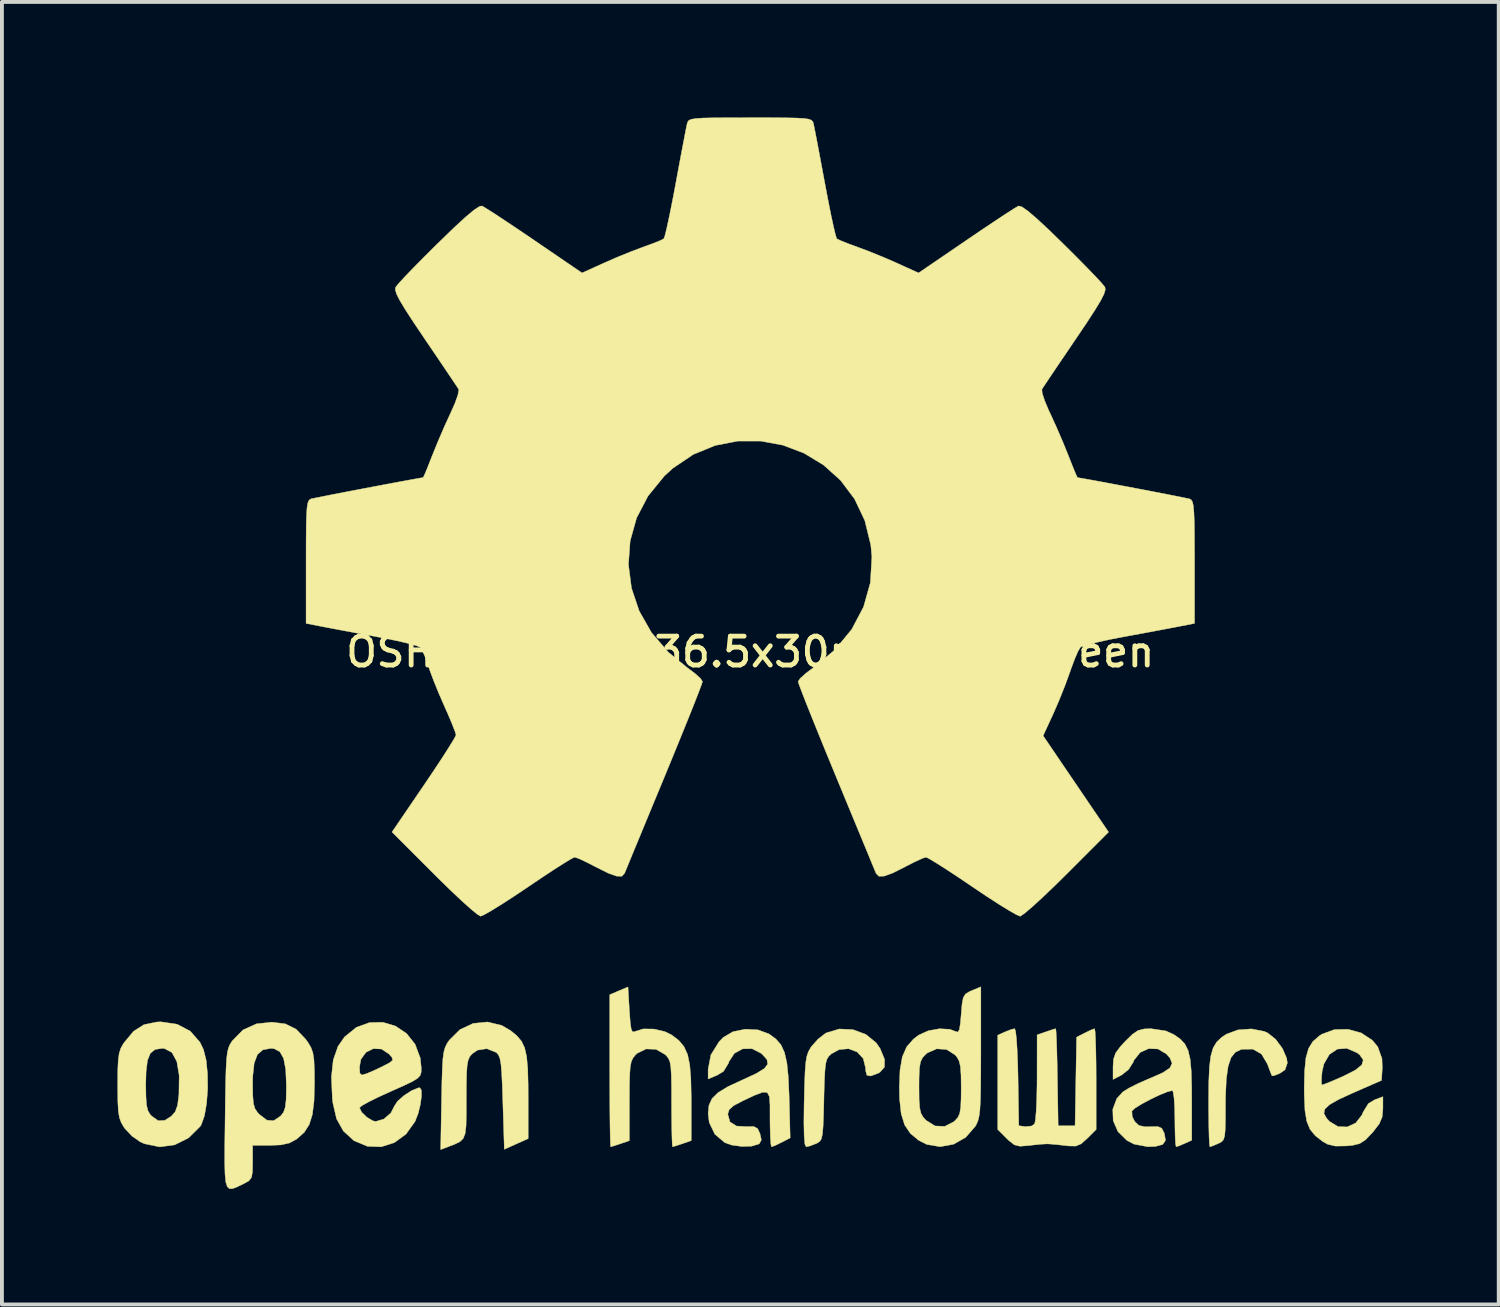
<source format=kicad_pcb>
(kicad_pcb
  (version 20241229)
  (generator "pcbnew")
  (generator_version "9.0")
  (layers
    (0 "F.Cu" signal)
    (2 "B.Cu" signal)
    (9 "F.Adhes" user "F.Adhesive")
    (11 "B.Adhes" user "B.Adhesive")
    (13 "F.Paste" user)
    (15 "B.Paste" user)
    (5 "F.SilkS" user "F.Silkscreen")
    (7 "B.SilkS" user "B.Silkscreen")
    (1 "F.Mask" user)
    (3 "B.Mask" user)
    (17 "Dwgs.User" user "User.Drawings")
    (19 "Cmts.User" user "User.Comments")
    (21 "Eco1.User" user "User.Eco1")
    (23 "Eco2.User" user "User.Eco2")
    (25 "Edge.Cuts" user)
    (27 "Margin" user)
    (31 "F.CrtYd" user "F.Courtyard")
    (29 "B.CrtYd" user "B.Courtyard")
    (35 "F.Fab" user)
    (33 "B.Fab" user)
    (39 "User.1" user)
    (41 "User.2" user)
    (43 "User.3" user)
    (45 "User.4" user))
  (footprint "OSHW-Logo2_36.5x30mm_SilkScreen"
    (layer "F.Cu")
    (at 16.427 13.873)
    (property "Reference" "OSHW-Logo2_36.5x30mm_SilkScreen" (at 0 0 0) (layer "F.SilkS") (effects (font (size 0.75 0.75) (thickness 0.125))))
    (attr exclude_from_pos_files exclude_from_bom allow_missing_courtyard)
    (fp_poly (pts (xy 13.339 9.85) (xy 13.426 9.888) (xy 13.635 10.053) (xy 13.813 10.292) (xy 13.923 10.546) (xy 13.941 10.671) (xy 13.881 10.847) (xy 13.749 10.939) (xy 13.608 10.995) (xy 13.543 11.006) (xy 13.511 10.931) (xy 13.449 10.767) (xy 13.422 10.694) (xy 13.269 10.438) (xy 13.047 10.311) (xy 12.763 10.315) (xy 12.742 10.32) (xy 12.59 10.392) (xy 12.479 10.532) (xy 12.403 10.758) (xy 12.357 11.086) (xy 12.337 11.535) (xy 12.335 11.774) (xy 12.334 12.15) (xy 12.328 12.406) (xy 12.312 12.569) (xy 12.281 12.665) (xy 12.23 12.719) (xy 12.154 12.759) (xy 12.149 12.761) (xy 12.003 12.823) (xy 11.93 12.846) (xy 11.919 12.777) (xy 11.909 12.587) (xy 11.902 12.299) (xy 11.898 11.938) (xy 11.897 11.675) (xy 11.901 11.164) (xy 11.918 10.777) (xy 11.954 10.49) (xy 12.014 10.281) (xy 12.105 10.128) (xy 12.232 10.008) (xy 12.357 9.923) (xy 12.658 9.812) (xy 13.009 9.786) (xy 13.339 9.85)) (stroke (width 0.01) (type solid)) (fill yes) (layer "F.SilkS"))
    (fp_poly (pts (xy -6.456 9.694) (xy -6.222 9.83) (xy -6.059 9.964) (xy -5.94 10.105) (xy -5.858 10.277) (xy -5.806 10.506) (xy -5.778 10.816) (xy -5.767 11.233) (xy -5.766 11.532) (xy -5.766 12.634) (xy -6.076 12.773) (xy -6.386 12.912) (xy -6.423 11.705) (xy -6.438 11.254) (xy -6.454 10.927) (xy -6.473 10.701) (xy -6.5 10.554) (xy -6.536 10.464) (xy -6.585 10.407) (xy -6.601 10.395) (xy -6.84 10.299) (xy -7.082 10.337) (xy -7.226 10.437) (xy -7.284 10.508) (xy -7.325 10.602) (xy -7.351 10.743) (xy -7.365 10.958) (xy -7.371 11.274) (xy -7.372 11.603) (xy -7.372 12.015) (xy -7.379 12.307) (xy -7.403 12.504) (xy -7.453 12.631) (xy -7.539 12.714) (xy -7.67 12.779) (xy -7.846 12.846) (xy -8.038 12.919) (xy -8.015 11.623) (xy -8.006 11.156) (xy -7.995 10.811) (xy -7.98 10.564) (xy -7.956 10.39) (xy -7.922 10.266) (xy -7.874 10.168) (xy -7.816 10.081) (xy -7.537 9.804) (xy -7.196 9.644) (xy -6.825 9.606) (xy -6.456 9.694)) (stroke (width 0.01) (type solid)) (fill yes) (layer "F.SilkS"))
    (fp_poly (pts (xy 2.665 9.805) (xy 2.996 9.927) (xy 3.265 10.144) (xy 3.37 10.296) (xy 3.485 10.575) (xy 3.482 10.778) (xy 3.362 10.913) (xy 3.318 10.937) (xy 3.126 11.009) (xy 3.027 10.99) (xy 2.994 10.869) (xy 2.993 10.802) (xy 2.932 10.556) (xy 2.773 10.384) (xy 2.553 10.301) (xy 2.307 10.322) (xy 2.107 10.431) (xy 2.039 10.493) (xy 1.991 10.568) (xy 1.959 10.681) (xy 1.938 10.859) (xy 1.924 11.125) (xy 1.913 11.505) (xy 1.911 11.626) (xy 1.901 12.038) (xy 1.889 12.328) (xy 1.872 12.52) (xy 1.846 12.637) (xy 1.804 12.705) (xy 1.745 12.746) (xy 1.707 12.764) (xy 1.544 12.826) (xy 1.449 12.846) (xy 1.417 12.778) (xy 1.398 12.572) (xy 1.391 12.225) (xy 1.396 11.735) (xy 1.398 11.66) (xy 1.409 11.213) (xy 1.422 10.887) (xy 1.44 10.656) (xy 1.468 10.495) (xy 1.508 10.377) (xy 1.564 10.278) (xy 1.593 10.236) (xy 1.762 10.048) (xy 1.95 9.902) (xy 1.973 9.889) (xy 2.31 9.788) (xy 2.665 9.805)) (stroke (width 0.01) (type solid)) (fill yes) (layer "F.SilkS"))
    (fp_poly (pts (xy 8.95 9.85) (xy 8.961 10.042) (xy 8.97 10.333) (xy 8.976 10.702) (xy 8.978 11.089) (xy 8.978 12.397) (xy 8.747 12.628) (xy 8.587 12.77) (xy 8.448 12.828) (xy 8.257 12.824) (xy 8.181 12.815) (xy 7.944 12.788) (xy 7.748 12.772) (xy 7.7 12.771) (xy 7.539 12.78) (xy 7.309 12.804) (xy 7.22 12.815) (xy 7 12.832) (xy 6.853 12.795) (xy 6.707 12.68) (xy 6.654 12.628) (xy 6.423 12.397) (xy 6.423 9.95) (xy 6.609 9.865) (xy 6.769 9.802) (xy 6.863 9.78) (xy 6.887 9.85) (xy 6.909 10.044) (xy 6.928 10.341) (xy 6.943 10.72) (xy 6.95 11.04) (xy 6.97 12.299) (xy 7.145 12.323) (xy 7.303 12.306) (xy 7.381 12.25) (xy 7.402 12.146) (xy 7.421 11.924) (xy 7.435 11.612) (xy 7.443 11.239) (xy 7.444 11.047) (xy 7.445 9.941) (xy 7.675 9.861) (xy 7.837 9.806) (xy 7.926 9.781) (xy 7.928 9.78) (xy 7.937 9.85) (xy 7.947 10.041) (xy 7.957 10.331) (xy 7.966 10.697) (xy 7.972 11.04) (xy 7.992 12.299) (xy 8.43 12.299) (xy 8.45 11.15) (xy 8.47 10.001) (xy 8.684 9.891) (xy 8.841 9.815) (xy 8.935 9.781) (xy 8.937 9.78) (xy 8.95 9.85)) (stroke (width 0.01) (type solid)) (fill yes) (layer "F.SilkS"))
    (fp_poly (pts (xy -3.139 9.31) (xy -3.117 9.608) (xy -3.093 9.784) (xy -3.059 9.86) (xy -3.009 9.861) (xy -2.993 9.852) (xy -2.778 9.786) (xy -2.498 9.79) (xy -2.214 9.858) (xy -2.036 9.946) (xy -1.854 10.087) (xy -1.721 10.246) (xy -1.629 10.449) (xy -1.572 10.719) (xy -1.543 11.081) (xy -1.533 11.561) (xy -1.533 11.653) (xy -1.533 12.686) (xy -1.763 12.766) (xy -1.926 12.82) (xy -2.015 12.846) (xy -2.018 12.846) (xy -2.027 12.777) (xy -2.034 12.587) (xy -2.04 12.301) (xy -2.043 11.944) (xy -2.044 11.727) (xy -2.045 11.299) (xy -2.05 10.993) (xy -2.063 10.783) (xy -2.086 10.644) (xy -2.124 10.553) (xy -2.178 10.483) (xy -2.213 10.45) (xy -2.448 10.316) (xy -2.704 10.306) (xy -2.937 10.419) (xy -2.98 10.46) (xy -3.043 10.537) (xy -3.087 10.629) (xy -3.115 10.761) (xy -3.13 10.96) (xy -3.137 11.253) (xy -3.139 11.657) (xy -3.139 12.686) (xy -3.368 12.766) (xy -3.532 12.82) (xy -3.621 12.846) (xy -3.624 12.846) (xy -3.631 12.776) (xy -3.637 12.579) (xy -3.642 12.274) (xy -3.646 11.879) (xy -3.648 11.413) (xy -3.649 10.895) (xy -3.649 10.872) (xy -3.649 8.898) (xy -3.412 8.797) (xy -3.175 8.697) (xy -3.139 9.31)) (stroke (width 0.01) (type solid)) (fill yes) (layer "F.SilkS"))
    (fp_poly (pts (xy -14.879 9.665) (xy -14.537 9.845) (xy -14.285 10.134) (xy -14.195 10.321) (xy -14.125 10.6) (xy -14.09 10.953) (xy -14.086 11.338) (xy -14.114 11.715) (xy -14.17 12.041) (xy -14.253 12.275) (xy -14.278 12.315) (xy -14.582 12.616) (xy -14.942 12.796) (xy -15.332 12.849) (xy -15.727 12.767) (xy -15.837 12.718) (xy -16.051 12.568) (xy -16.239 12.368) (xy -16.257 12.343) (xy -16.329 12.22) (xy -16.377 12.09) (xy -16.405 11.918) (xy -16.418 11.672) (xy -16.422 11.319) (xy -16.422 11.24) (xy -16.422 11.215) (xy -15.693 11.215) (xy -15.688 11.548) (xy -15.672 11.769) (xy -15.636 11.912) (xy -15.577 12.01) (xy -15.547 12.043) (xy -15.372 12.168) (xy -15.202 12.162) (xy -15.031 12.054) (xy -14.929 11.938) (xy -14.868 11.77) (xy -14.834 11.504) (xy -14.832 11.473) (xy -14.826 10.99) (xy -14.887 10.632) (xy -15.013 10.4) (xy -15.204 10.297) (xy -15.272 10.291) (xy -15.451 10.32) (xy -15.574 10.418) (xy -15.649 10.606) (xy -15.685 10.903) (xy -15.693 11.215) (xy -16.422 11.215) (xy -16.42 10.864) (xy -16.408 10.601) (xy -16.383 10.419) (xy -16.34 10.285) (xy -16.273 10.167) (xy -16.258 10.145) (xy -16.01 9.848) (xy -15.739 9.675) (xy -15.41 9.607) (xy -15.298 9.603) (xy -14.879 9.665)) (stroke (width 0.01) (type solid)) (fill yes) (layer "F.SilkS"))
    (fp_poly (pts (xy 15.859 9.891) (xy 16.147 10.08) (xy 16.287 10.249) (xy 16.397 10.556) (xy 16.406 10.798) (xy 16.386 11.123) (xy 15.638 11.45) (xy 15.274 11.617) (xy 15.036 11.752) (xy 14.913 11.869) (xy 14.891 11.982) (xy 14.96 12.106) (xy 15.036 12.189) (xy 15.256 12.322) (xy 15.495 12.331) (xy 15.716 12.228) (xy 15.877 12.022) (xy 15.906 11.95) (xy 16.045 11.724) (xy 16.204 11.627) (xy 16.422 11.545) (xy 16.422 11.858) (xy 16.403 12.07) (xy 16.327 12.25) (xy 16.169 12.456) (xy 16.145 12.483) (xy 15.969 12.666) (xy 15.817 12.764) (xy 15.627 12.81) (xy 15.47 12.824) (xy 15.189 12.828) (xy 14.988 12.781) (xy 14.863 12.712) (xy 14.667 12.559) (xy 14.531 12.394) (xy 14.445 12.186) (xy 14.398 11.906) (xy 14.381 11.522) (xy 14.379 11.328) (xy 14.384 11.095) (xy 14.825 11.095) (xy 14.83 11.22) (xy 14.843 11.24) (xy 14.927 11.212) (xy 15.108 11.139) (xy 15.349 11.034) (xy 15.4 11.011) (xy 15.706 10.856) (xy 15.874 10.72) (xy 15.911 10.592) (xy 15.822 10.462) (xy 15.749 10.405) (xy 15.486 10.291) (xy 15.239 10.31) (xy 15.032 10.449) (xy 14.889 10.697) (xy 14.843 10.894) (xy 14.825 11.095) (xy 14.384 11.095) (xy 14.389 10.873) (xy 14.423 10.537) (xy 14.492 10.292) (xy 14.604 10.112) (xy 14.767 9.97) (xy 14.838 9.923) (xy 15.162 9.804) (xy 15.516 9.796) (xy 15.859 9.891)) (stroke (width 0.01) (type solid)) (fill yes) (layer "F.SilkS"))
    (fp_poly (pts (xy 5.985 10.386) (xy 5.984 10.932) (xy 5.98 11.351) (xy 5.973 11.665) (xy 5.959 11.893) (xy 5.938 12.056) (xy 5.909 12.173) (xy 5.869 12.265) (xy 5.839 12.317) (xy 5.591 12.602) (xy 5.276 12.78) (xy 4.928 12.844) (xy 4.58 12.785) (xy 4.372 12.68) (xy 4.154 12.499) (xy 4.005 12.277) (xy 3.916 11.986) (xy 3.874 11.598) (xy 3.869 11.313) (xy 3.869 11.293) (xy 4.379 11.293) (xy 4.382 11.619) (xy 4.397 11.835) (xy 4.43 11.977) (xy 4.488 12.079) (xy 4.558 12.156) (xy 4.794 12.305) (xy 5.047 12.317) (xy 5.287 12.193) (xy 5.305 12.176) (xy 5.385 12.089) (xy 5.435 11.985) (xy 5.461 11.829) (xy 5.472 11.589) (xy 5.474 11.323) (xy 5.47 10.99) (xy 5.455 10.767) (xy 5.421 10.621) (xy 5.363 10.516) (xy 5.315 10.46) (xy 5.094 10.32) (xy 4.839 10.303) (xy 4.595 10.41) (xy 4.548 10.45) (xy 4.468 10.538) (xy 4.418 10.644) (xy 4.391 10.801) (xy 4.381 11.044) (xy 4.379 11.293) (xy 3.869 11.293) (xy 3.886 10.855) (xy 3.946 10.51) (xy 4.059 10.252) (xy 4.235 10.05) (xy 4.372 9.946) (xy 4.621 9.834) (xy 4.91 9.782) (xy 5.178 9.796) (xy 5.328 9.852) (xy 5.387 9.868) (xy 5.426 9.809) (xy 5.453 9.649) (xy 5.474 9.407) (xy 5.497 9.136) (xy 5.528 8.974) (xy 5.585 8.881) (xy 5.685 8.819) (xy 5.748 8.792) (xy 5.985 8.693) (xy 5.985 10.386)) (stroke (width 0.01) (type solid)) (fill yes) (layer "F.SilkS"))
    (fp_poly (pts (xy -9.211 9.712) (xy -8.923 9.905) (xy -8.701 10.185) (xy -8.568 10.541) (xy -8.541 10.803) (xy -8.544 10.912) (xy -8.57 10.995) (xy -8.64 11.07) (xy -8.777 11.154) (xy -9.003 11.262) (xy -9.341 11.412) (xy -9.343 11.413) (xy -9.653 11.555) (xy -9.908 11.681) (xy -10.081 11.778) (xy -10.145 11.832) (xy -10.145 11.832) (xy -10.088 11.949) (xy -9.955 12.078) (xy -9.801 12.171) (xy -9.724 12.189) (xy -9.512 12.125) (xy -9.329 11.966) (xy -9.24 11.79) (xy -9.155 11.661) (xy -8.987 11.514) (xy -8.789 11.386) (xy -8.615 11.317) (xy -8.579 11.313) (xy -8.538 11.376) (xy -8.536 11.536) (xy -8.566 11.751) (xy -8.622 11.981) (xy -8.7 12.183) (xy -8.704 12.191) (xy -8.937 12.517) (xy -9.239 12.738) (xy -9.582 12.847) (xy -9.939 12.834) (xy -10.28 12.692) (xy -10.295 12.682) (xy -10.563 12.438) (xy -10.74 12.121) (xy -10.837 11.704) (xy -10.85 11.587) (xy -10.874 11.033) (xy -10.846 10.775) (xy -10.145 10.775) (xy -10.136 10.936) (xy -10.087 10.983) (xy -9.962 10.948) (xy -9.767 10.865) (xy -9.548 10.761) (xy -9.543 10.758) (xy -9.357 10.661) (xy -9.283 10.596) (xy -9.301 10.527) (xy -9.379 10.438) (xy -9.575 10.308) (xy -9.787 10.299) (xy -9.976 10.393) (xy -10.108 10.575) (xy -10.145 10.775) (xy -10.846 10.775) (xy -10.826 10.591) (xy -10.703 10.24) (xy -10.533 9.994) (xy -10.225 9.745) (xy -9.886 9.622) (xy -9.54 9.614) (xy -9.211 9.712)) (stroke (width 0.01) (type solid)) (fill yes) (layer "F.SilkS"))
    (fp_poly (pts (xy 0.2 9.811) (xy 0.486 9.917) (xy 0.489 9.919) (xy 0.666 10.049) (xy 0.797 10.201) (xy 0.888 10.4) (xy 0.949 10.668) (xy 0.986 11.031) (xy 1.007 11.513) (xy 1.009 11.582) (xy 1.035 12.616) (xy 0.813 12.731) (xy 0.653 12.809) (xy 0.556 12.846) (xy 0.551 12.846) (xy 0.534 12.778) (xy 0.521 12.595) (xy 0.513 12.328) (xy 0.511 12.111) (xy 0.511 11.76) (xy 0.495 11.54) (xy 0.439 11.435) (xy 0.319 11.43) (xy 0.112 11.509) (xy -0.201 11.656) (xy -0.431 11.777) (xy -0.549 11.882) (xy -0.584 11.997) (xy -0.584 12.003) (xy -0.527 12.201) (xy -0.357 12.308) (xy -0.097 12.323) (xy 0.091 12.32) (xy 0.19 12.374) (xy 0.251 12.504) (xy 0.287 12.669) (xy 0.236 12.763) (xy 0.216 12.776) (xy 0.035 12.83) (xy -0.218 12.838) (xy -0.48 12.802) (xy -0.665 12.737) (xy -0.921 12.519) (xy -1.066 12.217) (xy -1.095 11.981) (xy -1.073 11.768) (xy -0.993 11.594) (xy -0.836 11.439) (xy -0.58 11.284) (xy -0.205 11.11) (xy -0.182 11.1) (xy 0.155 10.944) (xy 0.363 10.816) (xy 0.452 10.701) (xy 0.433 10.584) (xy 0.315 10.45) (xy 0.28 10.419) (xy 0.043 10.299) (xy -0.201 10.304) (xy -0.415 10.422) (xy -0.556 10.639) (xy -0.569 10.682) (xy -0.697 10.889) (xy -0.86 10.988) (xy -1.095 11.087) (xy -1.095 10.832) (xy -1.023 10.46) (xy -0.811 10.119) (xy -0.701 10.005) (xy -0.45 9.859) (xy -0.131 9.793) (xy 0.2 9.811)) (stroke (width 0.01) (type solid)) (fill yes) (layer "F.SilkS"))
    (fp_poly (pts (xy -12.07 9.655) (xy -11.791 9.794) (xy -11.545 10.05) (xy -11.477 10.145) (xy -11.404 10.269) (xy -11.356 10.404) (xy -11.328 10.583) (xy -11.316 10.843) (xy -11.313 11.185) (xy -11.325 11.655) (xy -11.368 12.007) (xy -11.45 12.27) (xy -11.579 12.471) (xy -11.765 12.637) (xy -11.778 12.647) (xy -11.962 12.747) (xy -12.182 12.797) (xy -12.463 12.809) (xy -12.919 12.809) (xy -12.919 13.252) (xy -12.923 13.499) (xy -12.949 13.643) (xy -13.016 13.73) (xy -13.146 13.803) (xy -13.177 13.818) (xy -13.322 13.888) (xy -13.435 13.932) (xy -13.519 13.935) (xy -13.577 13.884) (xy -13.615 13.764) (xy -13.636 13.56) (xy -13.644 13.257) (xy -13.643 12.841) (xy -13.636 12.297) (xy -13.634 12.134) (xy -13.627 11.574) (xy -13.62 11.207) (xy -12.919 11.207) (xy -12.915 11.518) (xy -12.898 11.722) (xy -12.858 11.856) (xy -12.788 11.96) (xy -12.74 12.01) (xy -12.545 12.157) (xy -12.372 12.169) (xy -12.194 12.048) (xy -12.189 12.043) (xy -12.117 11.949) (xy -12.072 11.821) (xy -12.05 11.624) (xy -12.043 11.323) (xy -12.043 11.256) (xy -12.06 10.841) (xy -12.114 10.554) (xy -12.213 10.378) (xy -12.362 10.299) (xy -12.449 10.291) (xy -12.653 10.329) (xy -12.794 10.451) (xy -12.879 10.676) (xy -12.916 11.019) (xy -12.919 11.207) (xy -13.62 11.207) (xy -13.619 11.14) (xy -13.609 10.813) (xy -13.595 10.575) (xy -13.576 10.406) (xy -13.548 10.286) (xy -13.511 10.197) (xy -13.463 10.119) (xy -13.442 10.09) (xy -13.168 9.812) (xy -12.822 9.655) (xy -12.421 9.611) (xy -12.07 9.655)) (stroke (width 0.01) (type solid)) (fill yes) (layer "F.SilkS"))
    (fp_poly (pts (xy 10.786 9.838) (xy 10.996 9.933) (xy 11.161 10.049) (xy 11.282 10.179) (xy 11.365 10.346) (xy 11.418 10.574) (xy 11.447 10.888) (xy 11.458 11.311) (xy 11.459 11.59) (xy 11.459 12.677) (xy 11.273 12.761) (xy 11.127 12.823) (xy 11.054 12.846) (xy 11.04 12.778) (xy 11.029 12.595) (xy 11.023 12.328) (xy 11.021 12.116) (xy 11.015 11.81) (xy 10.999 11.567) (xy 10.974 11.418) (xy 10.955 11.386) (xy 10.826 11.419) (xy 10.623 11.501) (xy 10.388 11.614) (xy 10.162 11.734) (xy 9.988 11.842) (xy 9.907 11.917) (xy 9.906 11.917) (xy 9.913 12.055) (xy 9.976 12.186) (xy 10.086 12.292) (xy 10.247 12.328) (xy 10.385 12.324) (xy 10.58 12.321) (xy 10.682 12.366) (xy 10.743 12.487) (xy 10.751 12.51) (xy 10.778 12.681) (xy 10.706 12.786) (xy 10.521 12.836) (xy 10.32 12.845) (xy 9.96 12.777) (xy 9.773 12.679) (xy 9.542 12.45) (xy 9.42 12.169) (xy 9.409 11.873) (xy 9.513 11.596) (xy 9.668 11.423) (xy 9.823 11.326) (xy 10.067 11.203) (xy 10.352 11.078) (xy 10.399 11.059) (xy 10.711 10.921) (xy 10.891 10.8) (xy 10.949 10.679) (xy 10.895 10.543) (xy 10.802 10.437) (xy 10.583 10.307) (xy 10.341 10.297) (xy 10.12 10.398) (xy 9.96 10.598) (xy 9.94 10.65) (xy 9.818 10.841) (xy 9.64 10.982) (xy 9.416 11.098) (xy 9.416 10.769) (xy 9.429 10.568) (xy 9.485 10.409) (xy 9.611 10.24) (xy 9.731 10.11) (xy 9.919 9.926) (xy 10.065 9.827) (xy 10.221 9.787) (xy 10.398 9.78) (xy 10.786 9.838)) (stroke (width 0.01) (type solid)) (fill yes) (layer "F.SilkS"))
    (fp_poly (pts (xy 0.523 -13.868) (xy 0.918 -13.865) (xy 1.203 -13.859) (xy 1.399 -13.848) (xy 1.521 -13.829) (xy 1.59 -13.801) (xy 1.624 -13.762) (xy 1.641 -13.71) (xy 1.642 -13.704) (xy 1.667 -13.582) (xy 1.714 -13.343) (xy 1.777 -13.011) (xy 1.852 -12.611) (xy 1.934 -12.171) (xy 1.937 -12.155) (xy 2.019 -11.723) (xy 2.095 -11.341) (xy 2.162 -11.033) (xy 2.213 -10.82) (xy 2.244 -10.727) (xy 2.246 -10.725) (xy 2.337 -10.68) (xy 2.526 -10.604) (xy 2.772 -10.514) (xy 2.774 -10.513) (xy 3.083 -10.397) (xy 3.448 -10.249) (xy 3.792 -10.1) (xy 3.808 -10.092) (xy 4.368 -9.838) (xy 5.609 -10.685) (xy 5.99 -10.944) (xy 6.334 -11.174) (xy 6.623 -11.365) (xy 6.836 -11.502) (xy 6.954 -11.572) (xy 6.965 -11.577) (xy 7.05 -11.554) (xy 7.21 -11.442) (xy 7.449 -11.237) (xy 7.775 -10.933) (xy 8.108 -10.609) (xy 8.429 -10.291) (xy 8.716 -10) (xy 8.953 -9.755) (xy 9.121 -9.574) (xy 9.203 -9.474) (xy 9.206 -9.469) (xy 9.215 -9.401) (xy 9.181 -9.289) (xy 9.095 -9.12) (xy 8.948 -8.877) (xy 8.733 -8.545) (xy 8.445 -8.119) (xy 8.191 -7.743) (xy 7.963 -7.407) (xy 7.775 -7.128) (xy 7.641 -6.927) (xy 7.573 -6.824) (xy 7.569 -6.817) (xy 7.577 -6.718) (xy 7.64 -6.526) (xy 7.744 -6.276) (xy 7.782 -6.197) (xy 7.944 -5.842) (xy 8.118 -5.439) (xy 8.259 -5.091) (xy 8.361 -4.832) (xy 8.441 -4.636) (xy 8.488 -4.533) (xy 8.494 -4.525) (xy 8.58 -4.512) (xy 8.782 -4.476) (xy 9.073 -4.423) (xy 9.428 -4.356) (xy 9.818 -4.283) (xy 10.217 -4.207) (xy 10.598 -4.134) (xy 10.934 -4.068) (xy 11.198 -4.016) (xy 11.364 -3.981) (xy 11.404 -3.972) (xy 11.446 -3.948) (xy 11.478 -3.894) (xy 11.501 -3.791) (xy 11.516 -3.622) (xy 11.526 -3.368) (xy 11.53 -3.011) (xy 11.532 -2.532) (xy 11.532 -2.336) (xy 11.532 -0.74) (xy 11.149 -0.665) (xy 10.936 -0.624) (xy 10.618 -0.564) (xy 10.233 -0.492) (xy 9.821 -0.416) (xy 9.707 -0.395) (xy 9.327 -0.322) (xy 8.996 -0.249) (xy 8.742 -0.184) (xy 8.592 -0.134) (xy 8.567 -0.119) (xy 8.506 -0.014) (xy 8.418 0.191) (xy 8.32 0.454) (xy 8.301 0.511) (xy 8.173 0.863) (xy 8.015 1.259) (xy 7.86 1.616) (xy 7.859 1.617) (xy 7.601 2.176) (xy 8.45 3.426) (xy 9.3 4.676) (xy 8.209 5.768) (xy 7.879 6.093) (xy 7.578 6.38) (xy 7.323 6.613) (xy 7.131 6.777) (xy 7.018 6.856) (xy 7.002 6.861) (xy 6.908 6.821) (xy 6.714 6.711) (xy 6.443 6.544) (xy 6.116 6.332) (xy 5.763 6.095) (xy 5.404 5.852) (xy 5.084 5.642) (xy 4.823 5.476) (xy 4.641 5.367) (xy 4.56 5.328) (xy 4.461 5.361) (xy 4.274 5.447) (xy 4.036 5.568) (xy 4.011 5.582) (xy 3.691 5.742) (xy 3.472 5.821) (xy 3.335 5.822) (xy 3.264 5.749) (xy 3.264 5.748) (xy 3.228 5.661) (xy 3.143 5.456) (xy 3.016 5.147) (xy 2.852 4.751) (xy 2.659 4.284) (xy 2.443 3.762) (xy 2.234 3.256) (xy 2.004 2.698) (xy 1.793 2.181) (xy 1.607 1.721) (xy 1.452 1.334) (xy 1.336 1.035) (xy 1.263 0.841) (xy 1.241 0.768) (xy 1.297 0.685) (xy 1.444 0.553) (xy 1.639 0.407) (xy 2.196 -0.055) (xy 2.632 -0.585) (xy 2.94 -1.17) (xy 3.117 -1.801) (xy 3.156 -2.467) (xy 3.128 -2.774) (xy 2.972 -3.411) (xy 2.705 -3.973) (xy 2.342 -4.455) (xy 1.9 -4.852) (xy 1.396 -5.158) (xy 0.846 -5.367) (xy 0.267 -5.474) (xy -0.324 -5.473) (xy -0.912 -5.359) (xy -1.48 -5.126) (xy -2.01 -4.769) (xy -2.231 -4.567) (xy -2.655 -4.047) (xy -2.951 -3.48) (xy -3.119 -2.881) (xy -3.163 -2.267) (xy -3.084 -1.655) (xy -2.883 -1.06) (xy -2.564 -0.5) (xy -2.127 0.008) (xy -1.639 0.407) (xy -1.436 0.559) (xy -1.292 0.69) (xy -1.241 0.769) (xy -1.268 0.854) (xy -1.345 1.059) (xy -1.465 1.366) (xy -1.623 1.761) (xy -1.812 2.227) (xy -2.025 2.748) (xy -2.234 3.256) (xy -2.466 3.815) (xy -2.68 4.332) (xy -2.87 4.793) (xy -3.031 5.181) (xy -3.154 5.48) (xy -3.234 5.675) (xy -3.264 5.748) (xy -3.334 5.822) (xy -3.47 5.821) (xy -3.689 5.743) (xy -4.008 5.583) (xy -4.011 5.582) (xy -4.251 5.458) (xy -4.446 5.367) (xy -4.556 5.329) (xy -4.56 5.328) (xy -4.643 5.368) (xy -4.825 5.477) (xy -5.087 5.644) (xy -5.407 5.855) (xy -5.763 6.095) (xy -6.124 6.337) (xy -6.45 6.548) (xy -6.72 6.715) (xy -6.911 6.823) (xy -7.002 6.861) (xy -7.086 6.811) (xy -7.256 6.672) (xy -7.493 6.459) (xy -7.781 6.188) (xy -8.104 5.873) (xy -8.209 5.768) (xy -9.301 4.675) (xy -8.47 3.456) (xy -8.218 3.082) (xy -7.996 2.746) (xy -7.818 2.467) (xy -7.695 2.267) (xy -7.641 2.163) (xy -7.639 2.155) (xy -7.668 2.057) (xy -7.745 1.86) (xy -7.857 1.596) (xy -7.936 1.42) (xy -8.083 1.082) (xy -8.222 0.741) (xy -8.329 0.453) (xy -8.358 0.365) (xy -8.441 0.13) (xy -8.522 -0.051) (xy -8.567 -0.119) (xy -8.665 -0.161) (xy -8.879 -0.221) (xy -9.182 -0.291) (xy -9.545 -0.365) (xy -9.707 -0.395) (xy -10.12 -0.471) (xy -10.516 -0.545) (xy -10.856 -0.609) (xy -11.103 -0.656) (xy -11.149 -0.665) (xy -11.532 -0.74) (xy -11.532 -2.336) (xy -11.531 -2.861) (xy -11.528 -3.258) (xy -11.52 -3.545) (xy -11.507 -3.741) (xy -11.487 -3.865) (xy -11.458 -3.933) (xy -11.42 -3.966) (xy -11.404 -3.972) (xy -11.31 -3.993) (xy -11.1 -4.035) (xy -10.804 -4.094) (xy -10.446 -4.163) (xy -10.054 -4.238) (xy -9.656 -4.313) (xy -9.277 -4.385) (xy -8.945 -4.446) (xy -8.687 -4.493) (xy -8.529 -4.521) (xy -8.494 -4.525) (xy -8.462 -4.588) (xy -8.391 -4.756) (xy -8.296 -4.997) (xy -8.259 -5.091) (xy -8.111 -5.455) (xy -7.938 -5.858) (xy -7.782 -6.197) (xy -7.667 -6.456) (xy -7.591 -6.669) (xy -7.566 -6.8) (xy -7.57 -6.817) (xy -7.623 -6.9) (xy -7.746 -7.083) (xy -7.925 -7.349) (xy -8.146 -7.676) (xy -8.397 -8.045) (xy -8.446 -8.118) (xy -8.737 -8.55) (xy -8.951 -8.879) (xy -9.097 -9.121) (xy -9.182 -9.289) (xy -9.216 -9.4) (xy -9.207 -9.468) (xy -9.206 -9.468) (xy -9.134 -9.558) (xy -8.975 -9.732) (xy -8.745 -9.971) (xy -8.462 -10.258) (xy -8.144 -10.574) (xy -8.108 -10.609) (xy -7.707 -10.998) (xy -7.398 -11.283) (xy -7.174 -11.47) (xy -7.029 -11.565) (xy -6.965 -11.577) (xy -6.872 -11.523) (xy -6.678 -11.401) (xy -6.405 -11.221) (xy -6.071 -10.998) (xy -5.696 -10.745) (xy -5.609 -10.685) (xy -4.368 -9.838) (xy -3.808 -10.092) (xy -3.468 -10.241) (xy -3.102 -10.39) (xy -2.787 -10.508) (xy -2.774 -10.513) (xy -2.528 -10.603) (xy -2.338 -10.679) (xy -2.246 -10.725) (xy -2.246 -10.725) (xy -2.216 -10.808) (xy -2.166 -11.012) (xy -2.101 -11.313) (xy -2.025 -11.69) (xy -1.943 -12.119) (xy -1.937 -12.155) (xy -1.855 -12.597) (xy -1.78 -12.998) (xy -1.716 -13.333) (xy -1.669 -13.576) (xy -1.643 -13.702) (xy -1.642 -13.704) (xy -1.626 -13.757) (xy -1.596 -13.798) (xy -1.531 -13.827) (xy -1.416 -13.846) (xy -1.229 -13.859) (xy -0.955 -13.865) (xy -0.573 -13.867) (xy -0.066 -13.868) (xy 0 -13.868) (xy 0.523 -13.868)) (stroke (width 0.01) (type solid)) (fill yes) (layer "F.SilkS")))
  (gr_rect
    (start -3 -3)
    (end 35.855 30.813)
    (stroke (width 0.1) (type default))
    (fill no)
    (layer "Edge.Cuts")))
</source>
